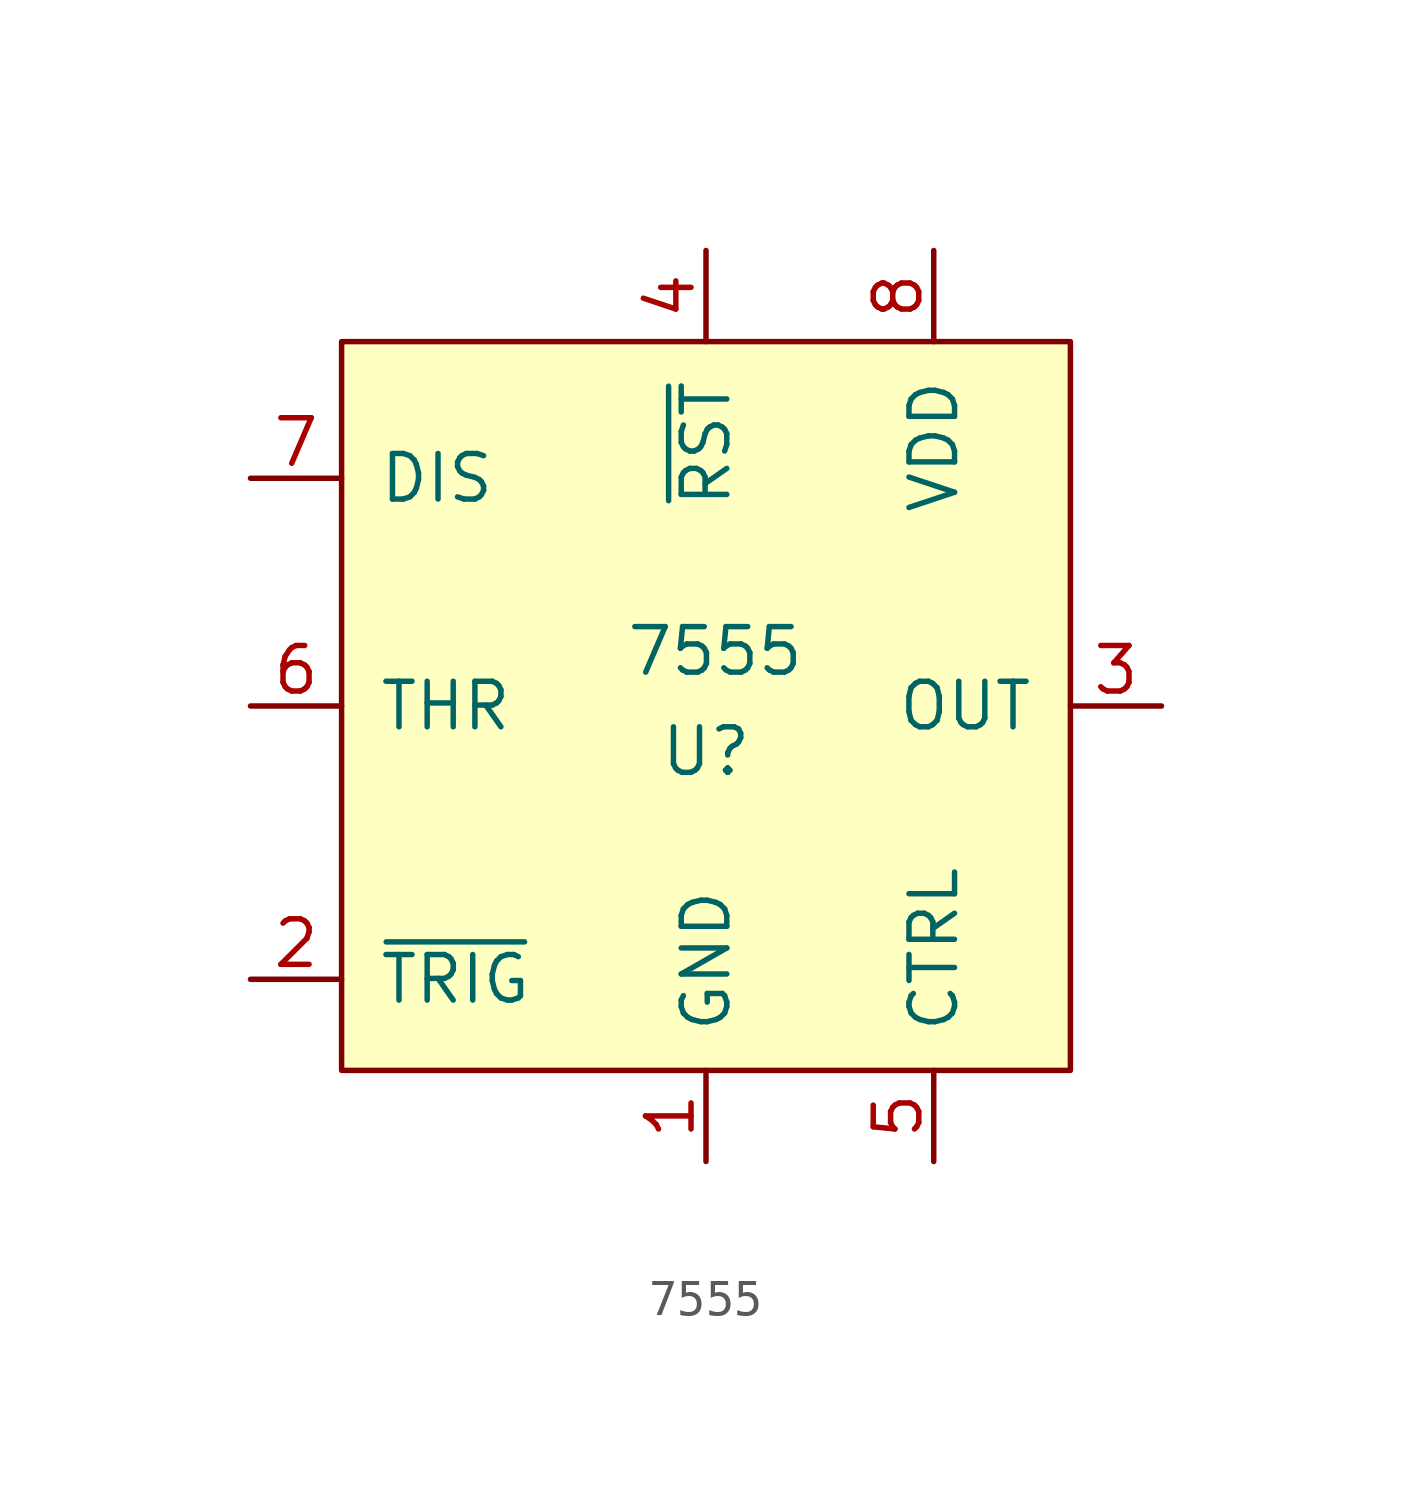
<source format=kicad_sym>
(kicad_symbol_lib
  (version 20241209)
  (generator "kicad_symbol_editor")
  (generator_version "9.0")
  (symbol "7555"
    (pin_names
      (offset 1.016))
    (property "Reference" "U"
      (at 0 0 0)
      (effects (font (size 1.27 1.27))))
    (property "Value" "7555"
      (at 0.254 2.794 0)
      (effects (font (size 1.27 1.27))))
    (symbol "7555_1_1"
      (rectangle (start -10.16 11.43) (end 10.16 -8.89) (stroke (width 0) (type solid)) (fill (type background)))
      (pin input line (at -12.7 7.62 0) (length 2.54) (name "DIS" (effects (font (size 1.27 1.27)))) (number "7" (effects (font (size 1.27 1.27)))))
      (pin input line (at -12.7 1.27 0) (length 2.54) (name "THR" (effects (font (size 1.27 1.27)))) (number "6" (effects (font (size 1.27 1.27)))))
      (pin input line (at -12.7 -6.35 0) (length 2.54) (name "~{TRIG}" (effects (font (size 1.27 1.27)))) (number "2" (effects (font (size 1.27 1.27)))))
      (pin input line (at 0 13.97 270) (length 2.54) (name "~{RST}" (effects (font (size 1.27 1.27)))) (number "4" (effects (font (size 1.27 1.27)))))
      (pin power_in line (at 0 -11.43 90) (length 2.54) (name "GND" (effects (font (size 1.27 1.27)))) (number "1" (effects (font (size 1.27 1.27)))))
      (pin power_in line (at 6.35 13.97 270) (length 2.54) (name "VDD" (effects (font (size 1.27 1.27)))) (number "8" (effects (font (size 1.27 1.27)))))
      (pin input line (at 6.35 -11.43 90) (length 2.54) (name "CTRL" (effects (font (size 1.27 1.27)))) (number "5" (effects (font (size 1.27 1.27)))))
      (pin output line (at 12.7 1.27 180) (length 2.54) (name "OUT" (effects (font (size 1.27 1.27)))) (number "3" (effects (font (size 1.27 1.27))))))))
</source>
